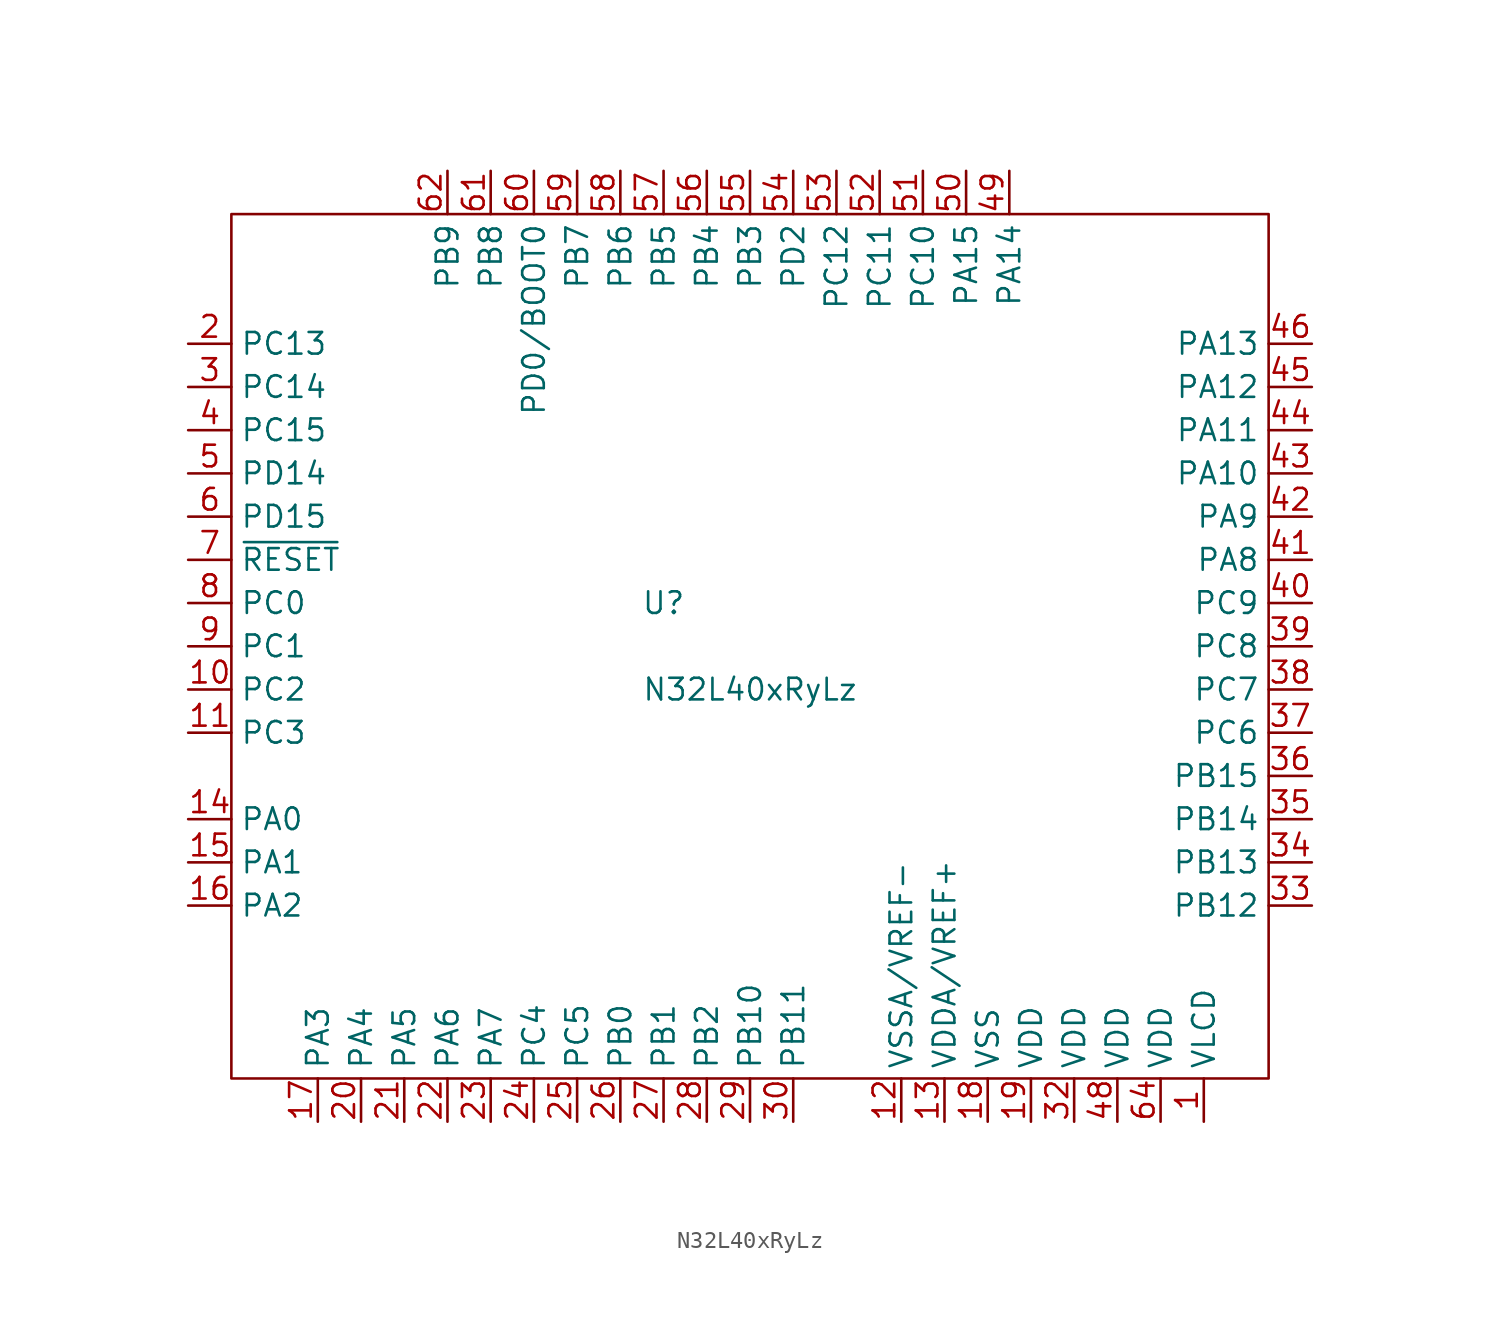
<source format=kicad_sym>
(kicad_symbol_lib
  (version 20231120)
  (generator "kicad_symbol_editor")
  (generator_version "8.0")
  (symbol "N32L40xRyLz"
    (property "Reference" "U"
      (at -5.08 2.54 0)
      (effects (font (size 1.27 1.27))))
    (property "Value" "N32L40xRyLz"
      (at 0 -2.54 0)
      (effects (font (size 1.27 1.27))))
    (symbol "N32L40xRyLz_0_1"
      (rectangle (start -30.48 25.4) (end 30.48 -25.4) (stroke (width 0) (type default)) (fill (type none))))
    (symbol "N32L40xRyLz_1_1"
      (pin power_in line (at 26.67 -27.94 90) (length 2.54) (name "VLCD" (effects (font (size 1.27 1.27)))) (number "1" (effects (font (size 1.27 1.27)))))
      (pin bidirectional line (at -33.02 -2.54 0) (length 2.54) (name "PC2" (effects (font (size 1.27 1.27)))) (number "10" (effects (font (size 1.27 1.27)))) (alternate "ADC_IN13" input line) (alternate "EVENT_OUT" output line) (alternate "LCD_SEG20" output line) (alternate "LPTIM_IN2" input line))
      (pin bidirectional line (at -33.02 -5.08 0) (length 2.54) (name "PC3" (effects (font (size 1.27 1.27)))) (number "11" (effects (font (size 1.27 1.27)))) (alternate "ADC_IN14" input line) (alternate "EVENT_OUT" output line) (alternate "LCD_SEG21" output line) (alternate "LPTIM_ETR" input line))
      (pin power_in line (at 8.89 -27.94 90) (length 2.54) (name "VSSA/VREF-" (effects (font (size 1.27 1.27)))) (number "12" (effects (font (size 1.27 1.27)))))
      (pin power_in line (at 11.43 -27.94 90) (length 2.54) (name "VDDA/VREF+" (effects (font (size 1.27 1.27)))) (number "13" (effects (font (size 1.27 1.27)))))
      (pin bidirectional line (at -33.02 -10.16 0) (length 2.54) (name "PA0" (effects (font (size 1.27 1.27)))) (number "14" (effects (font (size 1.27 1.27)))) (alternate "ADC_IN1" input line) (alternate "COMP1_INM" input line) (alternate "COMP1_INP" input line) (alternate "COMP1_OUT" output line) (alternate "EVENT_OUT" output line) (alternate "I2S1_MCK" output line) (alternate "LPUART_RX" input line) (alternate "SPI1_MISO" input line) (alternate "TAMP2-RTC" output line) (alternate "TIM2_CH1" bidirectional line) (alternate "TIM5_CH1" bidirectional line) (alternate "TIM8_ETR" input line) (alternate "TIMER2_ETR" input line) (alternate "USART2_CTS" input line) (alternate "WKUP1" input line))
      (pin bidirectional line (at -33.02 -12.7 0) (length 2.54) (name "PA1" (effects (font (size 1.27 1.27)))) (number "15" (effects (font (size 1.27 1.27)))) (alternate "ADC_IN2" input line) (alternate "COMP1_INP" input line) (alternate "EVENT_OUT" output line) (alternate "LCD_SEG0" output line) (alternate "LPUART_TX" output line) (alternate "OPAMP1_VINP" input line) (alternate "TIM2_CH2" bidirectional line) (alternate "TIM5_CH2" bidirectional line) (alternate "USART2_RTS" output line))
      (pin bidirectional line (at -33.02 -15.24 0) (length 2.54) (name "PA2" (effects (font (size 1.27 1.27)))) (number "16" (effects (font (size 1.27 1.27)))) (alternate "ADC_IN3" input line) (alternate "COMP1_INP" input line) (alternate "COMP2_INM" input line) (alternate "COMP2_OUT" output line) (alternate "EVENT_OUT" output line) (alternate "I2C2_SDA" bidirectional line) (alternate "LCD_SEG1" output line) (alternate "OPAMP1_VOUT" output line) (alternate "TIM2_CH3" output line) (alternate "TIM5_CH3" bidirectional line) (alternate "USART2_TX" output line))
      (pin bidirectional line (at -25.4 -27.94 90) (length 2.54) (name "PA3" (effects (font (size 1.27 1.27)))) (number "17" (effects (font (size 1.27 1.27)))) (alternate "ADC_IN4" input line) (alternate "COMP1_INP" input line) (alternate "COMP2_INP" input line) (alternate "EVENT_OUT" output line) (alternate "I2C2_SCL" output line) (alternate "LCD_SEG2" output line) (alternate "LPUART_RX" input line) (alternate "OPAMP1_VINM" input line) (alternate "TIM5_CH4" bidirectional line) (alternate "USART2_RX" input line))
      (pin power_in line (at 13.97 -27.94 90) (length 2.54) (name "VSS" (effects (font (size 1.27 1.27)))) (number "18" (effects (font (size 1.27 1.27)))))
      (pin power_in line (at 16.51 -27.94 90) (length 2.54) (name "VDD" (effects (font (size 1.27 1.27)))) (number "19" (effects (font (size 1.27 1.27)))))
      (pin bidirectional line (at -33.02 17.78 0) (length 2.54) (name "PC13" (effects (font (size 1.27 1.27)))) (number "2" (effects (font (size 1.27 1.27)))) (alternate "EVENT_OUT" output line) (alternate "LCD_SEG35" output line) (alternate "RTC_OUT" output line) (alternate "TAMP1-RTC" output line) (alternate "TIM1_CHN1N" bidirectional line) (alternate "WKUP2" input line))
      (pin bidirectional line (at -22.86 -27.94 90) (length 2.54) (name "PA4" (effects (font (size 1.27 1.27)))) (number "20" (effects (font (size 1.27 1.27)))) (alternate "ADC_IN5" input line) (alternate "COMP1_INM" input line) (alternate "COMP2_INM" input line) (alternate "EVENT_OUT" output line) (alternate "I2C1_SCL" output line) (alternate "I2S1_WS" output line) (alternate "LPUART_TX" output line) (alternate "OPAMP1_VINP" input line) (alternate "OPAMP2_VINP" input line) (alternate "SPI1_~{SS}" output line) (alternate "USART1_TX" output line) (alternate "USART2_CK" output line))
      (pin bidirectional line (at -20.32 -27.94 90) (length 2.54) (name "PA5" (effects (font (size 1.27 1.27)))) (number "21" (effects (font (size 1.27 1.27)))) (alternate "ADC_IN6" input line) (alternate "COMP1_INM" input line) (alternate "COMP2_INM" input line) (alternate "EVENT_OUT" output line) (alternate "I2C1_SDA" bidirectional line) (alternate "I2S1_CK" output line) (alternate "OPAMP1_VINP" input line) (alternate "OPAMP2_VINM" input line) (alternate "SPI1_SCK" output line) (alternate "USART1_RX" input line))
      (pin bidirectional line (at -17.78 -27.94 90) (length 2.54) (name "PA6" (effects (font (size 1.27 1.27)))) (number "22" (effects (font (size 1.27 1.27)))) (alternate "ADC_IN7" input line) (alternate "COMP2_INM" input line) (alternate "COMP2_INP" input line) (alternate "COMP2_OUT" output line) (alternate "EVENT_OUT" output line) (alternate "I2S1_MCK" output line) (alternate "LCD_SEG3" output line) (alternate "LPUART_CTS" input line) (alternate "OPAMP2_VOUT" output line) (alternate "SPI1_MISO" input line) (alternate "TIM1_BKIN" input line) (alternate "TIM3_CH1" bidirectional line) (alternate "TIM8_BKIN" input line))
      (pin bidirectional line (at -15.24 -27.94 90) (length 2.54) (name "PA7" (effects (font (size 1.27 1.27)))) (number "23" (effects (font (size 1.27 1.27)))) (alternate "ADC_IN8" input line) (alternate "COMP2_INP" input line) (alternate "COMP2_OUT" output line) (alternate "EVENT_OUT" output line) (alternate "I2S1_SD" bidirectional line) (alternate "LCD_SEG4" output line) (alternate "OPAMP1_VINP" input line) (alternate "OPAMP2_VINP" input line) (alternate "SPI1_MOSI" output line) (alternate "TIM1_CH1N" output line) (alternate "TIM3_CH2" bidirectional line) (alternate "TIM8_CH1N" output line))
      (pin bidirectional line (at -12.7 -27.94 90) (length 2.54) (name "PC4" (effects (font (size 1.27 1.27)))) (number "24" (effects (font (size 1.27 1.27)))) (alternate "ADC_IN15" input line) (alternate "EVENT_OUT" output line) (alternate "I2C1_SCL" output line) (alternate "LCD_SEG22" output line) (alternate "LPUART_TX" output line))
      (pin bidirectional line (at -10.16 -27.94 90) (length 2.54) (name "PC5" (effects (font (size 1.27 1.27)))) (number "25" (effects (font (size 1.27 1.27)))) (alternate "ADC_IN16" input line) (alternate "EVENT_OUT" output line) (alternate "I2C1_SDA" bidirectional line) (alternate "LCD_SEG23" output line) (alternate "LPUART_RX" input line) (alternate "OPAMP1_VINM" input line) (alternate "OPAMP2_VINM" input line))
      (pin bidirectional line (at -7.62 -27.94 90) (length 2.54) (name "PB0" (effects (font (size 1.27 1.27)))) (number "26" (effects (font (size 1.27 1.27)))) (alternate "ADC_IN9" input line) (alternate "EVENT_OUT" output line) (alternate "LCD_SEG5" output line) (alternate "OPAMP2_VINM" input line) (alternate "TIM1_CH2N" output line) (alternate "TIM3_CH3" bidirectional line) (alternate "TIM8_CH2N" output line) (alternate "UART4_TX" output line))
      (pin bidirectional line (at -5.08 -27.94 90) (length 2.54) (name "PB1" (effects (font (size 1.27 1.27)))) (number "27" (effects (font (size 1.27 1.27)))) (alternate "ADC_IN10" input line) (alternate "EVENT_OUT" output line) (alternate "LCD_SEG6" output line) (alternate "LPUART_RTS" output line) (alternate "TIM1_CH3N" output line) (alternate "TIM3_CH4" bidirectional line) (alternate "TIM8_CH3N" output line) (alternate "UART4_RX" input line))
      (pin bidirectional line (at -2.54 -27.94 90) (length 2.54) (name "PB2" (effects (font (size 1.27 1.27)))) (number "28" (effects (font (size 1.27 1.27)))) (alternate "EVENT_OUT" output line) (alternate "LPTIM_OUT" output line) (alternate "TIM9_ETR" input line))
      (pin bidirectional line (at 0 -27.94 90) (length 2.54) (name "PB10" (effects (font (size 1.27 1.27)))) (number "29" (effects (font (size 1.27 1.27)))) (alternate "COMP1_INP" input line) (alternate "EVENT_OUT" output line) (alternate "I2C2_SCL" output line) (alternate "LCD_SEG10" output line) (alternate "LPUART_TX" output line) (alternate "TIM2_CH3" bidirectional line) (alternate "USART3_TX" output line))
      (pin bidirectional line (at -33.02 15.24 0) (length 2.54) (name "PC14" (effects (font (size 1.27 1.27)))) (number "3" (effects (font (size 1.27 1.27)))) (alternate "OSC32_IN" passive line))
      (pin bidirectional line (at 2.54 -27.94 90) (length 2.54) (name "PB11" (effects (font (size 1.27 1.27)))) (number "30" (effects (font (size 1.27 1.27)))) (alternate "EVENT_OUT" output line) (alternate "I2C2_SDA" bidirectional line) (alternate "LCD_SEG11" output line) (alternate "LPUART_RX" input line) (alternate "TIM2_CH4" bidirectional line) (alternate "USART3_RX" input line))
      (pin passive line (at 13.97 -27.94 90) (length 2.54) hide (name "VSS" (effects (font (size 1.27 1.27)))) (number "31" (effects (font (size 1.27 1.27)))))
      (pin power_in line (at 19.05 -27.94 90) (length 2.54) (name "VDD" (effects (font (size 1.27 1.27)))) (number "32" (effects (font (size 1.27 1.27)))))
      (pin bidirectional line (at 33.02 -15.24 180) (length 2.54) (name "PB12" (effects (font (size 1.27 1.27)))) (number "33" (effects (font (size 1.27 1.27)))) (alternate "EVENT_OUT" output line) (alternate "I2C2_SMBA" bidirectional line) (alternate "I2S2_WS" output line) (alternate "LCD_SEG12" output line) (alternate "LPUART_RTS" output line) (alternate "SPI2_~{SS}" output line) (alternate "TIM1_BKIN" input line) (alternate "TIM9_CH1" bidirectional line) (alternate "USART3_CK" output line))
      (pin bidirectional line (at 33.02 -12.7 180) (length 2.54) (name "PB13" (effects (font (size 1.27 1.27)))) (number "34" (effects (font (size 1.27 1.27)))) (alternate "EVENT_OUT" output line) (alternate "I2C2_SCL" output line) (alternate "I2S2_CK" output line) (alternate "LCD_SEG13" output line) (alternate "LPUART_CTS" input line) (alternate "SPI2_SCK" output line) (alternate "TIM1_CH1N" output line) (alternate "TIM9_CH2" bidirectional line) (alternate "USART3_CTS" input line))
      (pin bidirectional line (at 33.02 -10.16 180) (length 2.54) (name "PB14" (effects (font (size 1.27 1.27)))) (number "35" (effects (font (size 1.27 1.27)))) (alternate "EVENT_OUT" output line) (alternate "I2C2_SDA" bidirectional line) (alternate "I2S2_MCK" output line) (alternate "LCD_SEG14" output line) (alternate "LPUART_RTS" output line) (alternate "OPAMP2_VINP" input line) (alternate "SPI2_MISO" input line) (alternate "TIM1_CH2N" output line) (alternate "TIM9_CH3" bidirectional line) (alternate "UART4_TX" output line) (alternate "USART3_RTS" output line))
      (pin bidirectional line (at 33.02 -7.62 180) (length 2.54) (name "PB15" (effects (font (size 1.27 1.27)))) (number "36" (effects (font (size 1.27 1.27)))) (alternate "EVENT_OUT" output line) (alternate "I2S2_SDA" bidirectional line) (alternate "LCD_SEG15" output line) (alternate "SPI2_MOSI" output line) (alternate "TIM1_CH3N" output line) (alternate "TIM9_CH4" bidirectional line) (alternate "UART4_RX" input line))
      (pin bidirectional line (at 33.02 -5.08 180) (length 2.54) (name "PC6" (effects (font (size 1.27 1.27)))) (number "37" (effects (font (size 1.27 1.27)))) (alternate "EVENT_OUT" output line) (alternate "I2S2_WS" output line) (alternate "LCD_SEG24" output line) (alternate "SPI2_~{SS}" output line) (alternate "TIM3_CH1" bidirectional line) (alternate "TIM8_CH1" bidirectional line))
      (pin bidirectional line (at 33.02 -2.54 180) (length 2.54) (name "PC7" (effects (font (size 1.27 1.27)))) (number "38" (effects (font (size 1.27 1.27)))) (alternate "EVENT_OUT" output line) (alternate "I2S2_CK" output line) (alternate "LCD_SEG25" output line) (alternate "SPI2_SCK" output line) (alternate "TIM3_CH2" output line) (alternate "TIM8_CH2" output line))
      (pin bidirectional line (at 33.02 0 180) (length 2.54) (name "PC8" (effects (font (size 1.27 1.27)))) (number "39" (effects (font (size 1.27 1.27)))) (alternate "I2S2_MCK" output line) (alternate "LCD_SEG26" output line) (alternate "SPI2_MISO" input line) (alternate "TIM3_CH3" bidirectional line) (alternate "TIM8_CH3" bidirectional line))
      (pin bidirectional line (at -33.02 12.7 0) (length 2.54) (name "PC15" (effects (font (size 1.27 1.27)))) (number "4" (effects (font (size 1.27 1.27)))) (alternate "OSC32_OUT" passive line))
      (pin bidirectional line (at 33.02 2.54 180) (length 2.54) (name "PC9" (effects (font (size 1.27 1.27)))) (number "40" (effects (font (size 1.27 1.27)))) (alternate "EVENT_OUT" output line) (alternate "I2S2_SD" bidirectional line) (alternate "LCD_SEG27" output line) (alternate "SPI2_MOSI" output line) (alternate "TIM3_CH4" bidirectional line) (alternate "TIM8_CH4" bidirectional line))
      (pin bidirectional line (at 33.02 5.08 180) (length 2.54) (name "PA8" (effects (font (size 1.27 1.27)))) (number "41" (effects (font (size 1.27 1.27)))) (alternate "EVENT_OUT" output line) (alternate "I2C2_SDA" bidirectional line) (alternate "I2C2_SMBA" bidirectional line) (alternate "I2S1_WS" output line) (alternate "LCD_COM0" output line) (alternate "MCO" output line) (alternate "SPI1_~{SS}" output line) (alternate "TAMP3-RTC" output line) (alternate "TIM1_CH1" output line) (alternate "USART1_CK" output line) (alternate "WKUP0" input line))
      (pin bidirectional line (at 33.02 7.62 180) (length 2.54) (name "PA9" (effects (font (size 1.27 1.27)))) (number "42" (effects (font (size 1.27 1.27)))) (alternate "EVENT_OUT" output line) (alternate "I2C2_SCL" output line) (alternate "LCD_COM1" output line) (alternate "TIM1_CH2" bidirectional line) (alternate "USART1_TX" output line))
      (pin bidirectional line (at 33.02 10.16 180) (length 2.54) (name "PA10" (effects (font (size 1.27 1.27)))) (number "43" (effects (font (size 1.27 1.27)))) (alternate "EVENT_OUT" output line) (alternate "I2C2_SDA" bidirectional line) (alternate "I2S1_CK" output line) (alternate "I2S2_CK" output line) (alternate "LCD_COM2" output line) (alternate "SPI1_SCK" output line) (alternate "SPI2_SCK" output line) (alternate "TIM1_CH3" bidirectional line) (alternate "USART1_RX" input line))
      (pin bidirectional line (at 33.02 12.7 180) (length 2.54) (name "PA11" (effects (font (size 1.27 1.27)))) (number "44" (effects (font (size 1.27 1.27)))) (alternate "CAN_RX" input line) (alternate "COMP1_OUT" output line) (alternate "COMP2_INP" input line) (alternate "EVENT_OUT" output line) (alternate "I2S2_MCK" output line) (alternate "SPI2_MISO" input line) (alternate "TIM1_CH4" output line) (alternate "USART1_CTS" input line) (alternate "USB_DM" bidirectional line))
      (pin bidirectional line (at 33.02 15.24 180) (length 2.54) (name "PA12" (effects (font (size 1.27 1.27)))) (number "45" (effects (font (size 1.27 1.27)))) (alternate "CAN_TX" output line) (alternate "COMP1_INP" input line) (alternate "COMP2_OUT" output line) (alternate "EVENT_OUT" output line) (alternate "I2S2_SD" bidirectional line) (alternate "SPI2_MOSI" output line) (alternate "TIM1_ETR" input line) (alternate "USART1_RTS" output line) (alternate "USB_DP" bidirectional line))
      (pin bidirectional line (at 33.02 17.78 180) (length 2.54) (name "PA13" (effects (font (size 1.27 1.27)))) (number "46" (effects (font (size 1.27 1.27)))) (alternate "EVENT_OUT" output line) (alternate "I2S2_WS" output line) (alternate "SPI2_~{SS}" output line) (alternate "SWDIO-JTMS" bidirectional line))
      (pin passive line (at 13.97 -27.94 90) (length 2.54) hide (name "VSS" (effects (font (size 1.27 1.27)))) (number "47" (effects (font (size 1.27 1.27)))))
      (pin power_in line (at 21.59 -27.94 90) (length 2.54) (name "VDD" (effects (font (size 1.27 1.27)))) (number "48" (effects (font (size 1.27 1.27)))))
      (pin bidirectional line (at 15.24 27.94 270) (length 2.54) (name "PA14" (effects (font (size 1.27 1.27)))) (number "49" (effects (font (size 1.27 1.27)))) (alternate "COMP2_OUT" output line) (alternate "I2C1_SDA" bidirectional line) (alternate "SWCLK-JTCK" input line) (alternate "USART2_CK" output line))
      (pin bidirectional line (at -33.02 10.16 0) (length 2.54) (name "PD14" (effects (font (size 1.27 1.27)))) (number "5" (effects (font (size 1.27 1.27)))) (alternate "OSC_IN" passive line))
      (pin bidirectional line (at 12.7 27.94 270) (length 2.54) (name "PA15" (effects (font (size 1.27 1.27)))) (number "50" (effects (font (size 1.27 1.27)))) (alternate "COMP2_INP" input line) (alternate "EVENT_OUT" output line) (alternate "I2C1_SCL" output line) (alternate "I2S2_WS" output line) (alternate "JTDI" input line) (alternate "LCD_COM3" output line) (alternate "LCD_SEG17" output line) (alternate "SPI2_~{SS}" output line) (alternate "TIM2_CH1" bidirectional line) (alternate "TIM2_ETR" input line) (alternate "USART2_CTS" input line))
      (pin bidirectional line (at 10.16 27.94 270) (length 2.54) (name "PC10" (effects (font (size 1.27 1.27)))) (number "51" (effects (font (size 1.27 1.27)))) (alternate "EVENT_OUT" output line) (alternate "LCD_COM4" output line) (alternate "LCD_SEG28" output line) (alternate "LCD_SEG40" output line) (alternate "LPUART_TX" output line) (alternate "UART4_TX" output line) (alternate "USART3_TX" output line))
      (pin bidirectional line (at 7.62 27.94 270) (length 2.54) (name "PC11" (effects (font (size 1.27 1.27)))) (number "52" (effects (font (size 1.27 1.27)))) (alternate "EVENT_OUT" output line) (alternate "LCD_COM5" output line) (alternate "LCD_SEG29" output line) (alternate "LCD_SEG41" output line) (alternate "LPUART_RX" input line) (alternate "UART4_RX" input line) (alternate "USART3_RX" input line))
      (pin bidirectional line (at 5.08 27.94 270) (length 2.54) (name "PC12" (effects (font (size 1.27 1.27)))) (number "53" (effects (font (size 1.27 1.27)))) (alternate "EVENT_OUT" output line) (alternate "LCD_COM6" output line) (alternate "LCD_SEG30" output line) (alternate "LCD_SEG42" output line) (alternate "UART5_TX" output line) (alternate "USART3_CK" output line))
      (pin bidirectional line (at 2.54 27.94 270) (length 2.54) (name "PD2" (effects (font (size 1.27 1.27)))) (number "54" (effects (font (size 1.27 1.27)))) (alternate "EVENT_OUT" output line) (alternate "LCD_SEG31" output line) (alternate "LCD_SEG43" output line) (alternate "LPUART_RTS" output line) (alternate "TIM3_ETR" input line) (alternate "UART5_RX" input line))
      (pin bidirectional line (at 0 27.94 270) (length 2.54) (name "PB3" (effects (font (size 1.27 1.27)))) (number "55" (effects (font (size 1.27 1.27)))) (alternate "COMP1_INP" input line) (alternate "COMP2_INM" input line) (alternate "EVENT_OUT" output line) (alternate "I2S1_CK" output line) (alternate "JTDO-TRACE-SWO" output line) (alternate "LCD_SEG7" output line) (alternate "SPI1_SCK" output line) (alternate "TIM2_CH2" bidirectional line) (alternate "USART2_RTS" output line))
      (pin bidirectional line (at -2.54 27.94 270) (length 2.54) (name "PB4" (effects (font (size 1.27 1.27)))) (number "56" (effects (font (size 1.27 1.27)))) (alternate "COMP1_INP" input line) (alternate "EVENT_OUT" output line) (alternate "I2S1_MCK" output line) (alternate "LCD_SEG8" output line) (alternate "SPI1_MISO" input line) (alternate "TIM3_CH1" bidirectional line) (alternate "UART5_TX" output line) (alternate "USART2_TX" output line) (alternate "~{JTRST}" input line))
      (pin bidirectional line (at -5.08 27.94 270) (length 2.54) (name "PB5" (effects (font (size 1.27 1.27)))) (number "57" (effects (font (size 1.27 1.27)))) (alternate "COMP1_INM" input line) (alternate "EVENT_OUT" output line) (alternate "I2C1_SMBA" bidirectional line) (alternate "I2S1_SD" bidirectional line) (alternate "LCD_SEG9" output line) (alternate "LPTIM_IN1" input line) (alternate "SPI1_MOSI" output line) (alternate "TIM3_CH2" bidirectional line) (alternate "UART5_RX" input line) (alternate "USART2_RX" input line))
      (pin bidirectional line (at -7.62 27.94 270) (length 2.54) (name "PB6" (effects (font (size 1.27 1.27)))) (number "58" (effects (font (size 1.27 1.27)))) (alternate "COMP1_OUT" output line) (alternate "EVENT_OUT" output line) (alternate "I2C1_SCL" output line) (alternate "I2S1_WS" output line) (alternate "I2S2_CK" output line) (alternate "LPTIM_ETR" output line) (alternate "LPUART_TX" output line) (alternate "SPI1_~{SS}" bidirectional line) (alternate "SPI2_SCK" output line) (alternate "TIM1_CH2N" output line) (alternate "TIM4_CH1" output line) (alternate "USART1_TX" output line))
      (pin bidirectional line (at -10.16 27.94 270) (length 2.54) (name "PB7" (effects (font (size 1.27 1.27)))) (number "59" (effects (font (size 1.27 1.27)))) (alternate "COMP2_INP" input line) (alternate "EVENT_OUT" output line) (alternate "I2C1_SDA" bidirectional line) (alternate "LPTIM_IN2" input line) (alternate "LPUART_RX" input line) (alternate "PVD_IN" input line) (alternate "TIM4_CH2" bidirectional line) (alternate "USART1_RX" input line))
      (pin bidirectional line (at -33.02 7.62 0) (length 2.54) (name "PD15" (effects (font (size 1.27 1.27)))) (number "6" (effects (font (size 1.27 1.27)))) (alternate "OSC_OUT" passive line))
      (pin bidirectional line (at -12.7 27.94 270) (length 2.54) (name "PD0/BOOT0" (effects (font (size 1.27 1.27)))) (number "60" (effects (font (size 1.27 1.27)))) (alternate "LCD_SEG32" output line))
      (pin bidirectional line (at -15.24 27.94 270) (length 2.54) (name "PB8" (effects (font (size 1.27 1.27)))) (number "61" (effects (font (size 1.27 1.27)))) (alternate "CAN_RX" input line) (alternate "COMP1_OUT" output line) (alternate "EVENT_OUT" output line) (alternate "I2C1_SCL" output line) (alternate "LCD_SEG16" output line) (alternate "TIM4_CH3" bidirectional line) (alternate "UART5_TX" output line) (alternate "USART1_TX" output line))
      (pin bidirectional line (at -17.78 27.94 270) (length 2.54) (name "PB9" (effects (font (size 1.27 1.27)))) (number "62" (effects (font (size 1.27 1.27)))) (alternate "CAN_TX" output line) (alternate "COMP2_OUT" output line) (alternate "EVENT_OUT" output line) (alternate "I2C1_SDA" bidirectional line) (alternate "LCD_COM3" output line) (alternate "TIM4_CH4" bidirectional line) (alternate "UART5_RX" input line))
      (pin passive line (at 13.97 -27.94 90) (length 2.54) hide (name "VSS" (effects (font (size 1.27 1.27)))) (number "63" (effects (font (size 1.27 1.27)))))
      (pin power_in line (at 24.13 -27.94 90) (length 2.54) (name "VDD" (effects (font (size 1.27 1.27)))) (number "64" (effects (font (size 1.27 1.27)))))
      (pin open_collector line (at -33.02 5.08 0) (length 2.54) (name "~{RESET}" (effects (font (size 1.27 1.27)))) (number "7" (effects (font (size 1.27 1.27)))))
      (pin bidirectional line (at -33.02 2.54 0) (length 2.54) (name "PC0" (effects (font (size 1.27 1.27)))) (number "8" (effects (font (size 1.27 1.27)))) (alternate "ADC_IN11" input line) (alternate "EVENT_OUT" output line) (alternate "I2C1_SCL" output line) (alternate "LCD_SEG18" output line) (alternate "LPTIM_IN1" input line))
      (pin bidirectional line (at -33.02 0 0) (length 2.54) (name "PC1" (effects (font (size 1.27 1.27)))) (number "9" (effects (font (size 1.27 1.27)))) (alternate "ADC_IN12" input line) (alternate "EVENT_OUT" output line) (alternate "I2C1_SDA" bidirectional line) (alternate "LCD_SEG19" output line) (alternate "LPTIM_OUT" output line)))))
</source>
